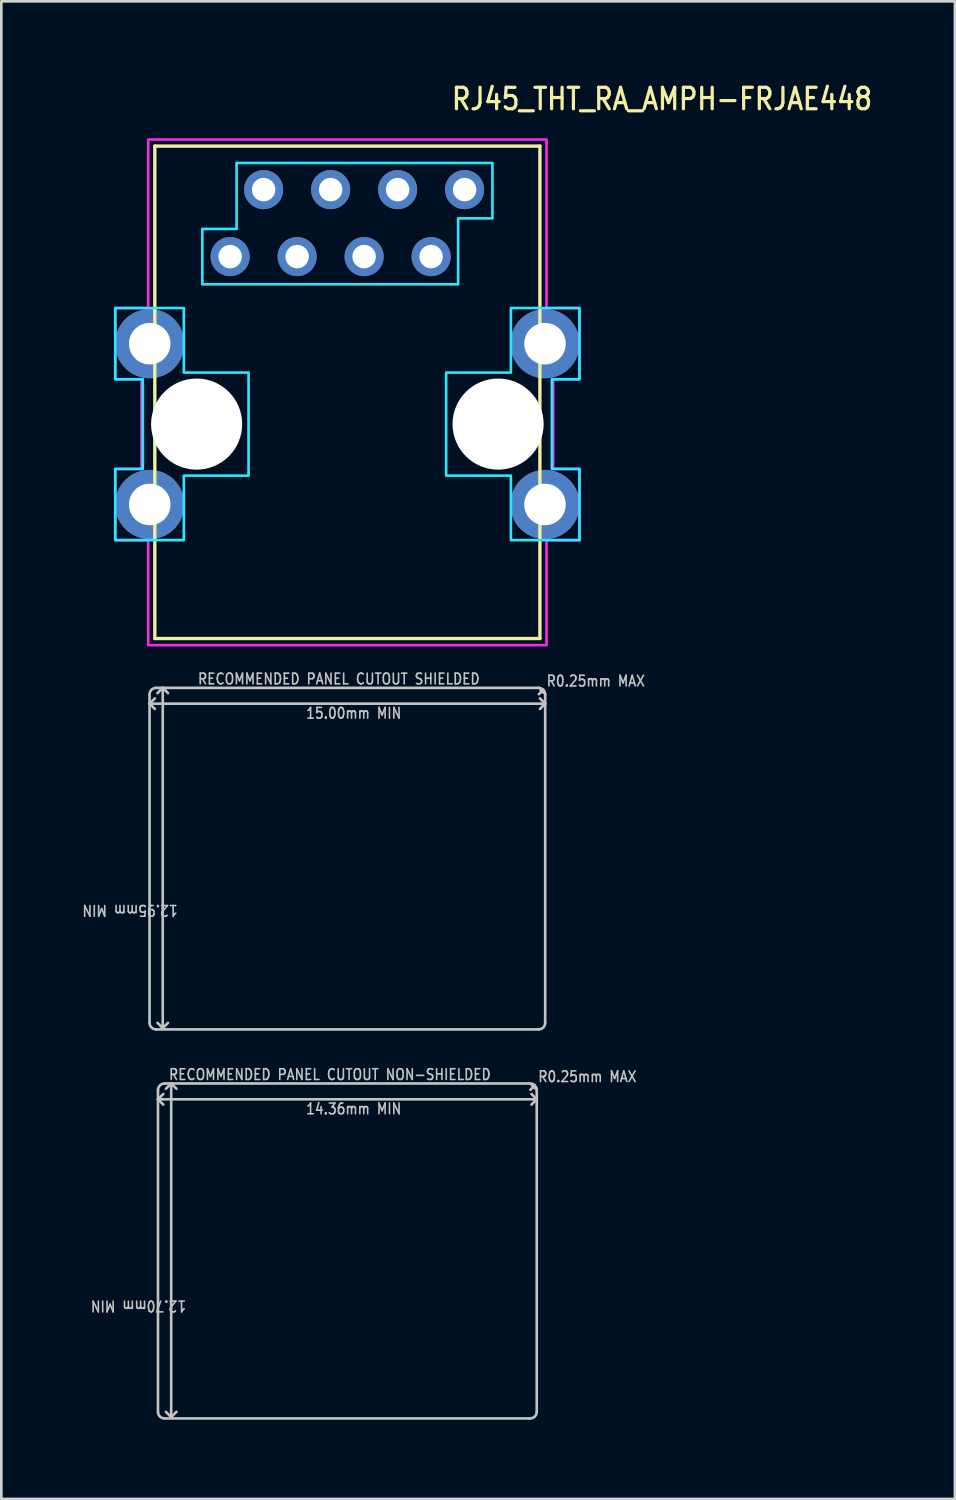
<source format=kicad_pcb>
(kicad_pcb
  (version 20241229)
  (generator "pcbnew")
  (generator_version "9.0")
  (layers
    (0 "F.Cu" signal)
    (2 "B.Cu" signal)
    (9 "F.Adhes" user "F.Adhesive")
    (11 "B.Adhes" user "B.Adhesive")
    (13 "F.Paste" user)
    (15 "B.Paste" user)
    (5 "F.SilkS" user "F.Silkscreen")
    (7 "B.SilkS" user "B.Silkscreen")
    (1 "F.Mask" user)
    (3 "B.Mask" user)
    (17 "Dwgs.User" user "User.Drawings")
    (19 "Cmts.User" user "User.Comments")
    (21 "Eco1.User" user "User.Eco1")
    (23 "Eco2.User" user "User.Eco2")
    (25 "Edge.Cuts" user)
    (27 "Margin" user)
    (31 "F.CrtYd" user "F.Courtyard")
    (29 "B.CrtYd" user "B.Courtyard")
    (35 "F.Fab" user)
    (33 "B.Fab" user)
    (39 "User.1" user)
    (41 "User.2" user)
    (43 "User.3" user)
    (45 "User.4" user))
  (footprint "RJ45_THT_RA_AMPH-FRJAE448"
    (layer "F.Cu")
    (at 10.12 13.029)
    (property "Reference" "RJ45_THT_RA_AMPH-FRJAE448" (at 3.89 -11.85 0) (unlocked yes) (layer "F.SilkS") (effects (font (size 0.813 0.695) (thickness 0.122)) (justify left bottom)))
    (fp_line (start -7.3 -10.54) (end 7.3 -10.54) (stroke (width 0.127) (type solid)) (layer "F.SilkS"))
    (fp_line (start -7.3 8.13) (end -7.3 -10.54) (stroke (width 0.127) (type solid)) (layer "F.SilkS"))
    (fp_line (start 7.3 -10.54) (end 7.3 8.13) (stroke (width 0.127) (type solid)) (layer "F.SilkS"))
    (fp_line (start 7.3 8.13) (end -7.3 8.13) (stroke (width 0.127) (type solid)) (layer "F.SilkS"))
    (fp_line (start -7.5 10.6) (end -7.5 10.25) (stroke (width 0.1) (type solid)) (layer "Dwgs.User"))
    (fp_line (start -7.5 10.6) (end -7.3 10.8) (stroke (width 0.1) (type solid)) (layer "Dwgs.User"))
    (fp_line (start -7.5 10.6) (end 7.5 10.6) (stroke (width 0.1) (type solid)) (layer "Dwgs.User"))
    (fp_line (start -7.5 22.7) (end -7.5 10.6) (stroke (width 0.1) (type solid)) (layer "Dwgs.User"))
    (fp_line (start -7.3 10.4) (end -7.5 10.6) (stroke (width 0.1) (type solid)) (layer "Dwgs.User"))
    (fp_line (start -7.25 10) (end -7 10) (stroke (width 0.1) (type solid)) (layer "Dwgs.User"))
    (fp_line (start -7.18 25.6) (end -7.18 25.25) (stroke (width 0.1) (type solid)) (layer "Dwgs.User"))
    (fp_line (start -7.18 25.6) (end -6.98 25.8) (stroke (width 0.1) (type solid)) (layer "Dwgs.User"))
    (fp_line (start -7.18 25.6) (end 7.18 25.6) (stroke (width 0.1) (type solid)) (layer "Dwgs.User"))
    (fp_line (start -7.18 37.45) (end -7.18 25.6) (stroke (width 0.1) (type solid)) (layer "Dwgs.User"))
    (fp_line (start -7 10) (end -7.2 10.2) (stroke (width 0.1) (type solid)) (layer "Dwgs.User"))
    (fp_line (start -7 10) (end -7 22.9) (stroke (width 0.1) (type solid)) (layer "Dwgs.User"))
    (fp_line (start -7 10) (end -6.8 10.2) (stroke (width 0.1) (type solid)) (layer "Dwgs.User"))
    (fp_line (start -7 10) (end 7.25 10) (stroke (width 0.1) (type solid)) (layer "Dwgs.User"))
    (fp_line (start -7 22.9) (end -7.2 22.7) (stroke (width 0.1) (type solid)) (layer "Dwgs.User"))
    (fp_line (start -7 22.9) (end -6.8 22.7) (stroke (width 0.1) (type solid)) (layer "Dwgs.User"))
    (fp_line (start -6.98 25.4) (end -7.18 25.6) (stroke (width 0.1) (type solid)) (layer "Dwgs.User"))
    (fp_line (start -6.93 25) (end -6.68 25) (stroke (width 0.1) (type solid)) (layer "Dwgs.User"))
    (fp_line (start -6.68 25) (end -6.88 25.2) (stroke (width 0.1) (type solid)) (layer "Dwgs.User"))
    (fp_line (start -6.68 25) (end -6.68 37.65) (stroke (width 0.1) (type solid)) (layer "Dwgs.User"))
    (fp_line (start -6.68 25) (end -6.48 25.2) (stroke (width 0.1) (type solid)) (layer "Dwgs.User"))
    (fp_line (start -6.68 25) (end 6.93 25) (stroke (width 0.1) (type solid)) (layer "Dwgs.User"))
    (fp_line (start -6.68 37.65) (end -6.88 37.45) (stroke (width 0.1) (type solid)) (layer "Dwgs.User"))
    (fp_line (start -6.68 37.65) (end -6.48 37.45) (stroke (width 0.1) (type solid)) (layer "Dwgs.User"))
    (fp_line (start 6.93 37.7) (end -6.93 37.7) (stroke (width 0.1) (type solid)) (layer "Dwgs.User"))
    (fp_line (start 6.94 25.24) (end 7.1 25.08) (stroke (width 0.1) (type solid)) (layer "Dwgs.User"))
    (fp_line (start 7.1 25.08) (end 7 25.08) (stroke (width 0.1) (type solid)) (layer "Dwgs.User"))
    (fp_line (start 7.1 25.08) (end 7.1 25.18) (stroke (width 0.1) (type solid)) (layer "Dwgs.User"))
    (fp_line (start 7.18 25.25) (end 7.18 25.6) (stroke (width 0.1) (type solid)) (layer "Dwgs.User"))
    (fp_line (start 7.18 25.6) (end 6.98 25.4) (stroke (width 0.1) (type solid)) (layer "Dwgs.User"))
    (fp_line (start 7.18 25.6) (end 6.98 25.8) (stroke (width 0.1) (type solid)) (layer "Dwgs.User"))
    (fp_line (start 7.18 25.6) (end 7.18 37.45) (stroke (width 0.1) (type solid)) (layer "Dwgs.User"))
    (fp_line (start 7.25 22.95) (end -7.25 22.95) (stroke (width 0.1) (type solid)) (layer "Dwgs.User"))
    (fp_line (start 7.26 10.24) (end 7.42 10.08) (stroke (width 0.1) (type solid)) (layer "Dwgs.User"))
    (fp_line (start 7.42 10.08) (end 7.32 10.08) (stroke (width 0.1) (type solid)) (layer "Dwgs.User"))
    (fp_line (start 7.42 10.08) (end 7.42 10.18) (stroke (width 0.1) (type solid)) (layer "Dwgs.User"))
    (fp_line (start 7.5 10.25) (end 7.5 10.6) (stroke (width 0.1) (type solid)) (layer "Dwgs.User"))
    (fp_line (start 7.5 10.6) (end 7.3 10.4) (stroke (width 0.1) (type solid)) (layer "Dwgs.User"))
    (fp_line (start 7.5 10.6) (end 7.3 10.8) (stroke (width 0.1) (type solid)) (layer "Dwgs.User"))
    (fp_line (start 7.5 10.6) (end 7.5 22.7) (stroke (width 0.1) (type solid)) (layer "Dwgs.User"))
    (fp_arc (start -7.5 10.25) (mid -7.426777 10.073223) (end -7.25 10) (stroke (width 0.1) (type solid)) (layer "Dwgs.User"))
    (fp_arc (start -7.25 22.95) (mid -7.426777 22.876777) (end -7.5 22.7) (stroke (width 0.1) (type solid)) (layer "Dwgs.User"))
    (fp_arc (start -7.18 25.25) (mid -7.106777 25.073223) (end -6.93 25) (stroke (width 0.1) (type solid)) (layer "Dwgs.User"))
    (fp_arc (start -6.93 37.7) (mid -7.106777 37.626777) (end -7.18 37.45) (stroke (width 0.1) (type solid)) (layer "Dwgs.User"))
    (fp_arc (start 6.93 25) (mid 7.106777 25.073223) (end 7.18 25.25) (stroke (width 0.1) (type solid)) (layer "Dwgs.User"))
    (fp_arc (start 7.18 37.45) (mid 7.106777 37.626777) (end 6.93 37.7) (stroke (width 0.1) (type solid)) (layer "Dwgs.User"))
    (fp_arc (start 7.25 10) (mid 7.426777 10.073223) (end 7.5 10.25) (stroke (width 0.1) (type solid)) (layer "Dwgs.User"))
    (fp_arc (start 7.5 22.7) (mid 7.426777 22.876777) (end 7.25 22.95) (stroke (width 0.1) (type solid)) (layer "Dwgs.User"))
    (fp_poly (pts (xy -4.2 -9.9) (xy 5.5 -9.9) (xy 5.5 -7.8) (xy 4.2 -7.8) (xy 4.2 -5.3) (xy -5.5 -5.3) (xy -5.5 -7.4) (xy -4.2 -7.4)) (stroke (width 0.1) (type solid)) (fill no) (layer "B.CrtYd"))
    (fp_poly (pts (xy -8.8 -4.4) (xy -6.2 -4.4) (xy -6.2 -1.954) (xy -3.746 -1.954) (xy -3.746 1.954) (xy -6.2 1.954) (xy -6.2 4.4) (xy -8.8 4.4) (xy -8.8 1.7) (xy -7.754 1.7) (xy -7.754 -1.7) (xy -8.8 -1.7)) (stroke (width 0.1) (type solid)) (fill no) (layer "B.CrtYd"))
    (fp_poly (pts (xy 8.8 4.4) (xy 6.2 4.4) (xy 6.2 1.954) (xy 3.746 1.954) (xy 3.746 -1.954) (xy 6.2 -1.954) (xy 6.2 -4.4) (xy 8.8 -4.4) (xy 8.8 -1.7) (xy 7.754 -1.7) (xy 7.754 1.7) (xy 8.8 1.7)) (stroke (width 0.1) (type solid)) (fill no) (layer "B.CrtYd"))
    (fp_poly (pts (xy -7.55 -10.79) (xy 7.55 -10.79) (xy 7.55 -4.4) (xy 8.8 -4.4) (xy 8.8 -1.7) (xy 7.804 -1.7) (xy 7.804 1.7) (xy 8.8 1.7) (xy 8.8 4.4) (xy 7.55 4.4) (xy 7.55 8.38) (xy -7.55 8.38) (xy -7.55 4.4) (xy -8.8 4.4) (xy -8.8 1.7) (xy -7.804 1.7) (xy -7.804 -1.7) (xy -8.8 -1.7) (xy -8.8 -4.4) (xy -7.55 -4.4)) (stroke (width 0.1) (type solid)) (fill no) (layer "F.CrtYd"))
    (fp_text user "12.70mm MIN" (at -6.08 33.2 180) (unlocked yes) (layer "Dwgs.User") (effects (font (size 0.406 0.347) (thickness 0.061)) (justify left bottom)))
    (fp_text user "RECOMMENDED PANEL CUTOUT SHIELDED" (at -5.7 9.9 0) (unlocked yes) (layer "Dwgs.User") (effects (font (size 0.406 0.347) (thickness 0.061)) (justify left bottom)))
    (fp_text user "R0.25mm MAX" (at 7.2 24.98 0) (unlocked yes) (layer "Dwgs.User") (effects (font (size 0.406 0.347) (thickness 0.061)) (justify left bottom)))
    (fp_text user "14.36mm MIN" (at -1.6 26.2 0) (unlocked yes) (layer "Dwgs.User") (effects (font (size 0.406 0.347) (thickness 0.061)) (justify left bottom)))
    (fp_text user "RECOMMENDED PANEL CUTOUT NON-SHIELDED" (at -6.8 24.9 0) (unlocked yes) (layer "Dwgs.User") (effects (font (size 0.406 0.347) (thickness 0.061)) (justify left bottom)))
    (fp_text user "15.00mm MIN" (at -1.6 11.2 0) (unlocked yes) (layer "Dwgs.User") (effects (font (size 0.406 0.347) (thickness 0.061)) (justify left bottom)))
    (fp_text user "12.95mm MIN" (at -6.4 18.2 180) (unlocked yes) (layer "Dwgs.User") (effects (font (size 0.406 0.347) (thickness 0.061)) (justify left bottom)))
    (fp_text user "R0.25mm MAX" (at 7.52 9.98 0) (unlocked yes) (layer "Dwgs.User") (effects (font (size 0.406 0.347) (thickness 0.061)) (justify left bottom)))
    (pad "" np_thru_hole circle (at -5.715 0) (size 3.454 3.454) (drill 3.454) (layers "*.Cu" "*.Mask"))
    (pad "" np_thru_hole circle (at 5.715 0) (size 3.454 3.454) (drill 3.454) (layers "*.Cu" "*.Mask"))
    (pad "1" thru_hole oval (at -4.445 -6.35) (size 1.483 1.483) (drill 0.89) (layers "*.Cu" "*.Mask"))
    (pad "2" thru_hole oval (at -3.175 -8.89) (size 1.483 1.483) (drill 0.89) (layers "*.Cu" "*.Mask"))
    (pad "3" thru_hole oval (at -1.905 -6.35) (size 1.483 1.483) (drill 0.89) (layers "*.Cu" "*.Mask"))
    (pad "4" thru_hole oval (at -0.635 -8.89) (size 1.483 1.483) (drill 0.89) (layers "*.Cu" "*.Mask"))
    (pad "5" thru_hole oval (at 0.635 -6.35) (size 1.483 1.483) (drill 0.89) (layers "*.Cu" "*.Mask"))
    (pad "6" thru_hole oval (at 1.905 -8.89) (size 1.483 1.483) (drill 0.89) (layers "*.Cu" "*.Mask"))
    (pad "7" thru_hole oval (at 3.175 -6.35) (size 1.483 1.483) (drill 0.89) (layers "*.Cu" "*.Mask"))
    (pad "8" thru_hole oval (at 4.445 -8.89) (size 1.483 1.483) (drill 0.89) (layers "*.Cu" "*.Mask"))
    (pad "S_1" thru_hole oval (at -7.493 3.048) (size 2.625 2.625) (drill 1.575) (layers "*.Cu" "*.Mask"))
    (pad "S_2" thru_hole oval (at 7.493 3.048) (size 2.625 2.625) (drill 1.575) (layers "*.Cu" "*.Mask"))
    (pad "S_3" thru_hole oval (at 7.493 -3.048) (size 2.625 2.625) (drill 1.575) (layers "*.Cu" "*.Mask"))
    (pad "S_4" thru_hole oval (at -7.493 -3.048) (size 2.625 2.625) (drill 1.575) (layers "*.Cu" "*.Mask")))
  (gr_rect
    (start -3 -3)
    (end 33.155 53.779)
    (stroke (width 0.1) (type default))
    (fill no)
    (layer "Edge.Cuts")))
</source>
